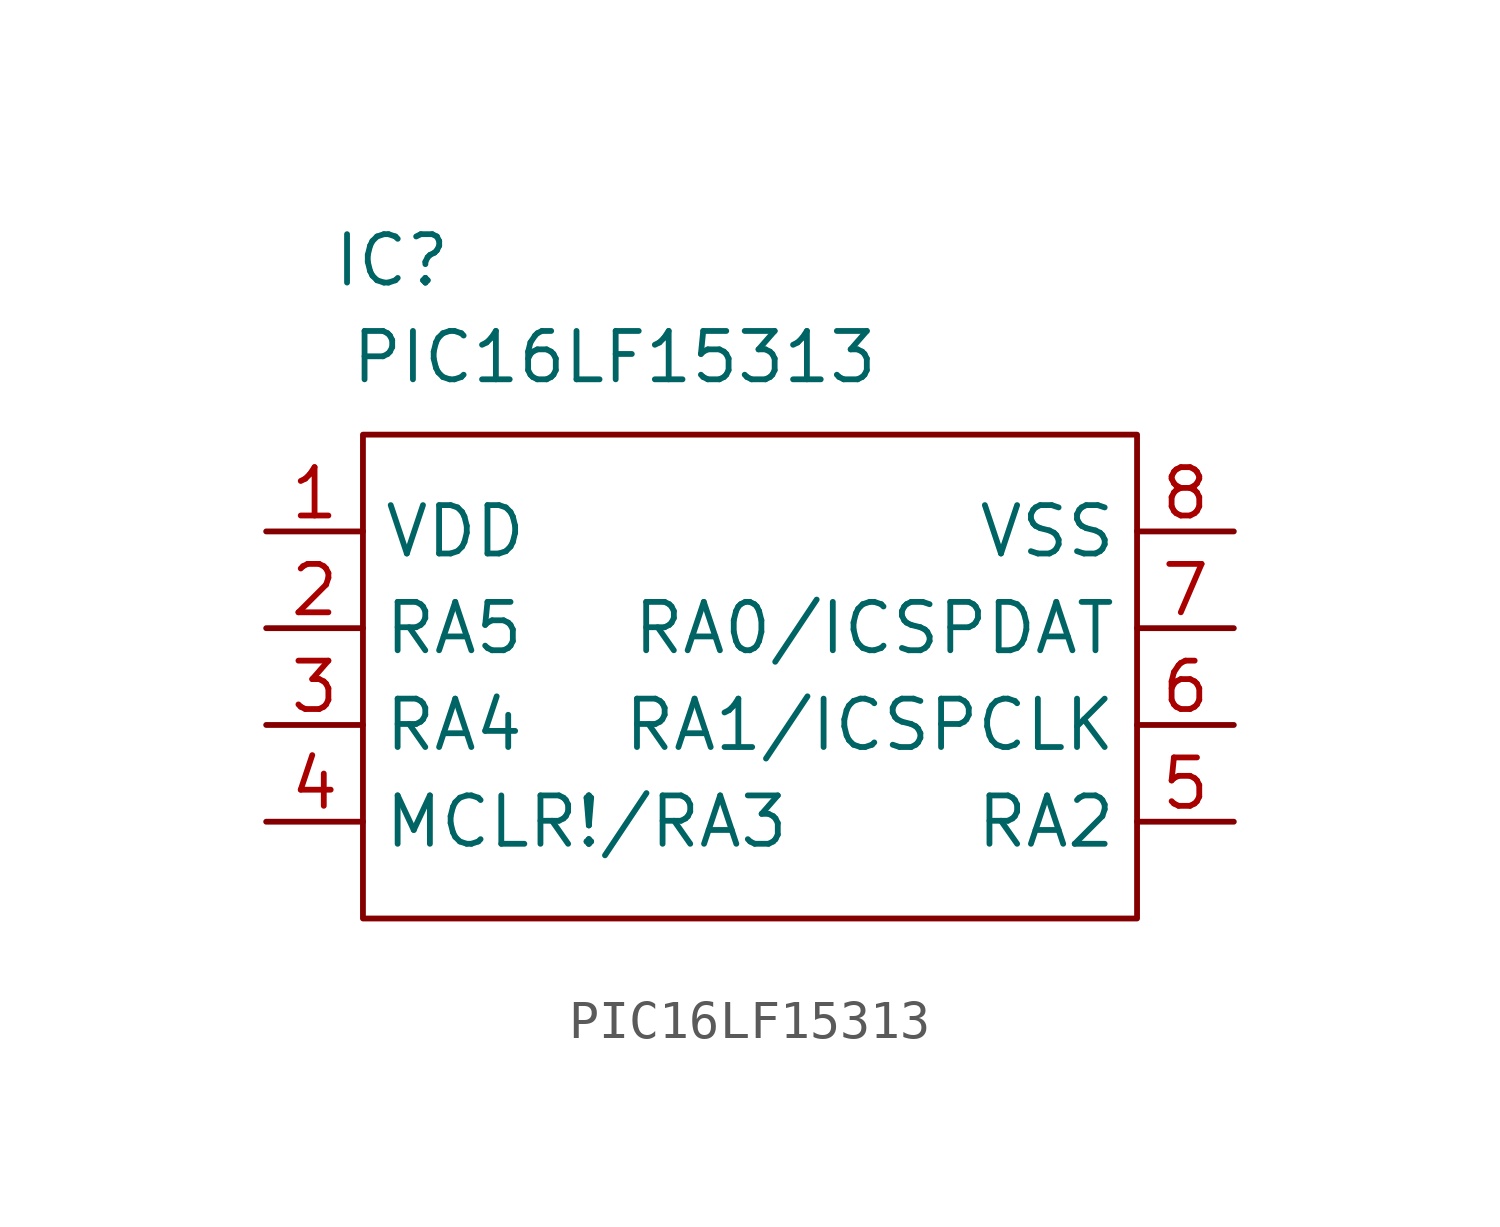
<source format=kicad_sym>
(kicad_symbol_lib
  (version 20231120)
  (generator "kicad_symbol_editor")
  (generator_version "8.0")
  (symbol "PIC16LF15313"
    (property "Reference" "IC"
      (at -9.398 10.922 0)
      (effects (font (size 1.27 1.27))))
    (property "Value" "PIC16LF15313"
      (at -3.556 8.382 0)
      (effects (font (size 1.27 1.27))))
    (symbol "PIC16LF15313_0_1"
      (rectangle (start -10.16 6.35) (end 10.16 -6.35) (stroke (width 0) (type default)) (fill (type none))))
    (symbol "PIC16LF15313_1_1"
      (pin power_in line (at -12.7 3.81 0) (length 2.54) (name "VDD" (effects (font (size 1.27 1.27)))) (number "1" (effects (font (size 1.27 1.27)))))
      (pin bidirectional line (at -12.7 1.27 0) (length 2.54) (name "RA5" (effects (font (size 1.27 1.27)))) (number "2" (effects (font (size 1.27 1.27)))))
      (pin bidirectional line (at -12.7 -1.27 0) (length 2.54) (name "RA4" (effects (font (size 1.27 1.27)))) (number "3" (effects (font (size 1.27 1.27)))))
      (pin bidirectional line (at -12.7 -3.81 0) (length 2.54) (name "MCLR!/RA3" (effects (font (size 1.27 1.27)))) (number "4" (effects (font (size 1.27 1.27)))))
      (pin bidirectional line (at 12.7 -3.81 180) (length 2.54) (name "RA2" (effects (font (size 1.27 1.27)))) (number "5" (effects (font (size 1.27 1.27)))))
      (pin bidirectional line (at 12.7 -1.27 180) (length 2.54) (name "RA1/ICSPCLK" (effects (font (size 1.27 1.27)))) (number "6" (effects (font (size 1.27 1.27)))))
      (pin bidirectional line (at 12.7 1.27 180) (length 2.54) (name "RA0/ICSPDAT" (effects (font (size 1.27 1.27)))) (number "7" (effects (font (size 1.27 1.27)))))
      (pin power_in line (at 12.7 3.81 180) (length 2.54) (name "VSS" (effects (font (size 1.27 1.27)))) (number "8" (effects (font (size 1.27 1.27))))))))
</source>
